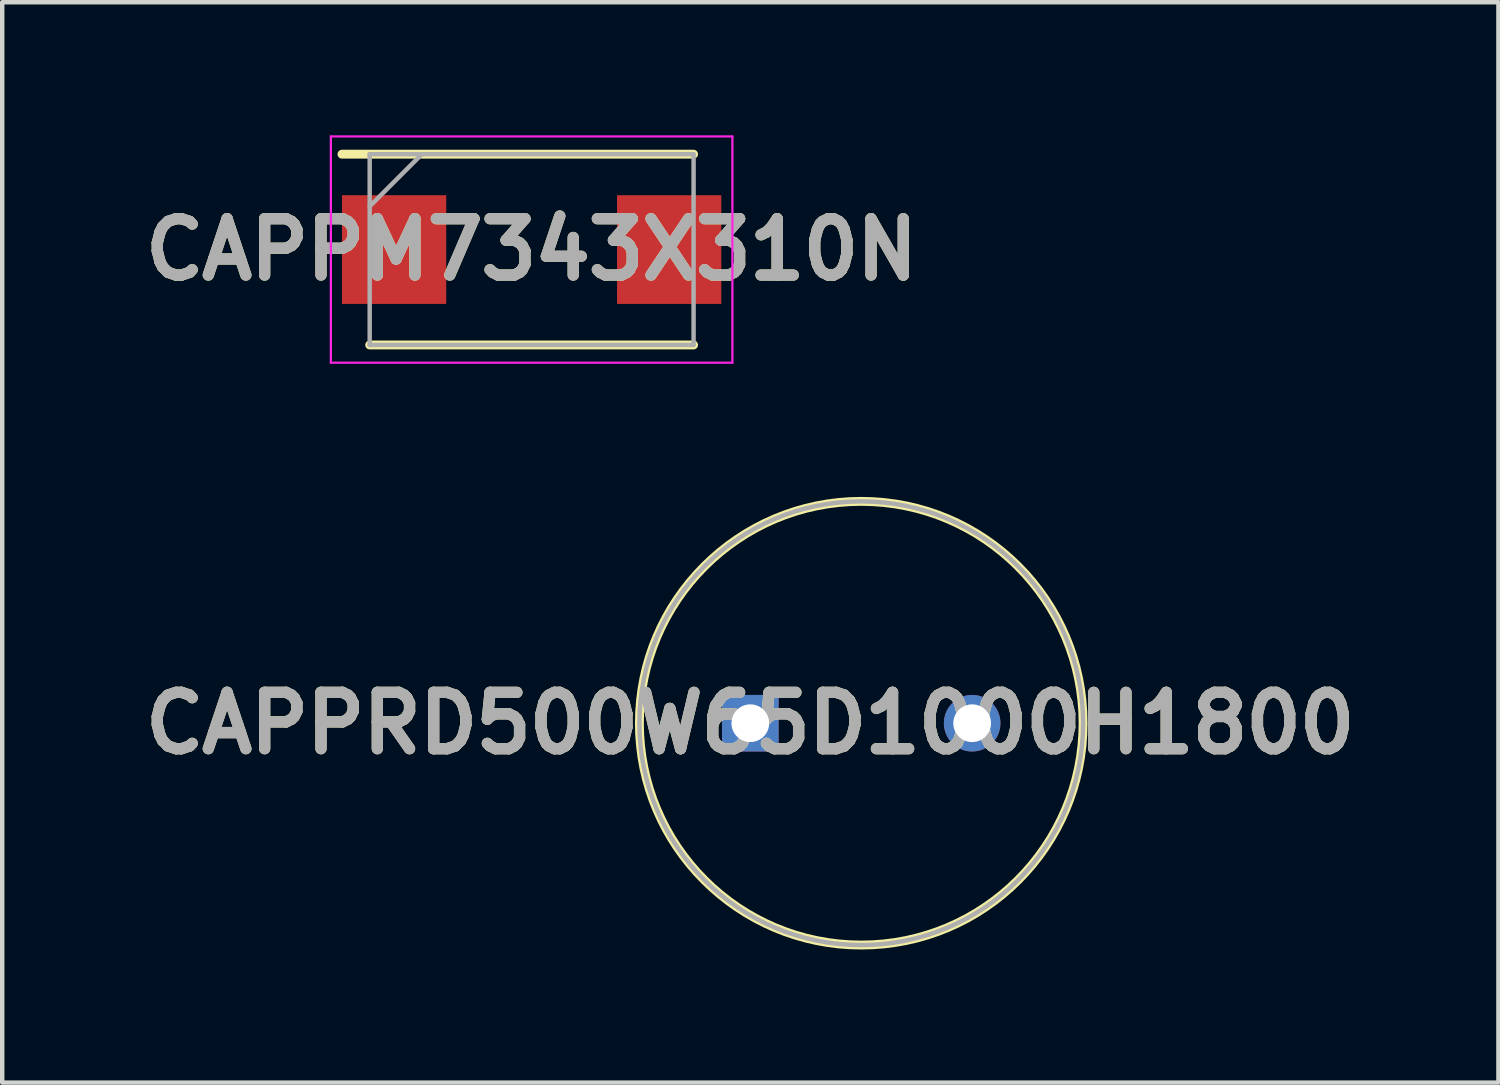
<source format=kicad_pcb>
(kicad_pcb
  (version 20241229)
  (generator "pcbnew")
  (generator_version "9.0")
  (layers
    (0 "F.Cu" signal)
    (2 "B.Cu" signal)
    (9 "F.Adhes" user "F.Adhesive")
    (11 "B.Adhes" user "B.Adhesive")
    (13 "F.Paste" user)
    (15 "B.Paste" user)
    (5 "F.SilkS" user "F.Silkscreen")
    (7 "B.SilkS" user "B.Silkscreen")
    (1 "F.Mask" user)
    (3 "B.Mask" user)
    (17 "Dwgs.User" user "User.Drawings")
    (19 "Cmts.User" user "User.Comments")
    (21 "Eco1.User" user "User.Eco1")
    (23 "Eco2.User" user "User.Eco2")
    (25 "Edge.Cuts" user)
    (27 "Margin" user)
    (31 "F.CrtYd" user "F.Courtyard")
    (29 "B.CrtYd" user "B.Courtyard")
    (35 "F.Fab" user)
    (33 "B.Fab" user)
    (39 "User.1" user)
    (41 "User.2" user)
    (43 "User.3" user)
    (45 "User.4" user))
  (footprint "CAPPRD500W65D1000H1800"
    (layer "F.Cu")
    (at 13.861 13.25)
    (property "Reference" "CAPPRD500W65D1000H1800" (at 0 0 0) (layer "F.SilkS") (effects (font (size 1.27 1.27) (thickness 0.254))))
    (attr through_hole)
    (fp_circle (center 2.5 0) (end 2.5 5) (stroke (width 0.2) (type solid)) (fill no) (layer "F.SilkS"))
    (fp_circle (center 2.5 0) (end 2.5 5) (stroke (width 0.1) (type solid)) (fill no) (layer "F.Fab"))
    (fp_text user "${REFERENCE}" (at 0 0 0) (layer "F.Fab") (effects (font (size 1.27 1.27) (thickness 0.254))))
    (pad "1" thru_hole rect (at 0 0) (size 1.275 1.275) (drill 0.85) (layers "*.Cu" "*.Mask"))
    (pad "2" thru_hole circle (at 5 0) (size 1.275 1.275) (drill 0.85) (layers "*.Cu" "*.Mask")))
  (footprint "CAPPM7343X310N"
    (layer "F.Cu")
    (at 8.932 2.575)
    (property "Reference" "CAPPM7343X310N" (at 0 0 0) (layer "F.SilkS") (effects (font (size 1.27 1.27) (thickness 0.254))))
    (attr smd)
    (fp_line (start -3.65 2.15) (end 3.65 2.15) (stroke (width 0.2) (type solid)) (layer "F.SilkS"))
    (fp_line (start 3.65 -2.15) (end -4.275 -2.15) (stroke (width 0.2) (type solid)) (layer "F.SilkS"))
    (fp_line (start -4.525 -2.55) (end 4.525 -2.55) (stroke (width 0.05) (type solid)) (layer "F.CrtYd"))
    (fp_line (start -4.525 2.55) (end -4.525 -2.55) (stroke (width 0.05) (type solid)) (layer "F.CrtYd"))
    (fp_line (start 4.525 -2.55) (end 4.525 2.55) (stroke (width 0.05) (type solid)) (layer "F.CrtYd"))
    (fp_line (start 4.525 2.55) (end -4.525 2.55) (stroke (width 0.05) (type solid)) (layer "F.CrtYd"))
    (fp_line (start -3.65 -2.15) (end 3.65 -2.15) (stroke (width 0.1) (type solid)) (layer "F.Fab"))
    (fp_line (start -3.65 -0.975) (end -2.475 -2.15) (stroke (width 0.1) (type solid)) (layer "F.Fab"))
    (fp_line (start -3.65 2.15) (end -3.65 -2.15) (stroke (width 0.1) (type solid)) (layer "F.Fab"))
    (fp_line (start 3.65 -2.15) (end 3.65 2.15) (stroke (width 0.1) (type solid)) (layer "F.Fab"))
    (fp_line (start 3.65 2.15) (end -3.65 2.15) (stroke (width 0.1) (type solid)) (layer "F.Fab"))
    (fp_text user "${REFERENCE}" (at 0 0 0) (layer "F.Fab") (effects (font (size 1.27 1.27) (thickness 0.254))))
    (pad "1" smd rect (at -3.1 0) (size 2.35 2.45) (layers "F.Cu" "F.Mask" "F.Paste"))
    (pad "2" smd rect (at 3.1 0) (size 2.35 2.45) (layers "F.Cu" "F.Mask" "F.Paste")))
  (gr_rect
    (start -3 -3)
    (end 30.722 21.35)
    (stroke (width 0.1) (type default))
    (fill no)
    (layer "Edge.Cuts")))
</source>
